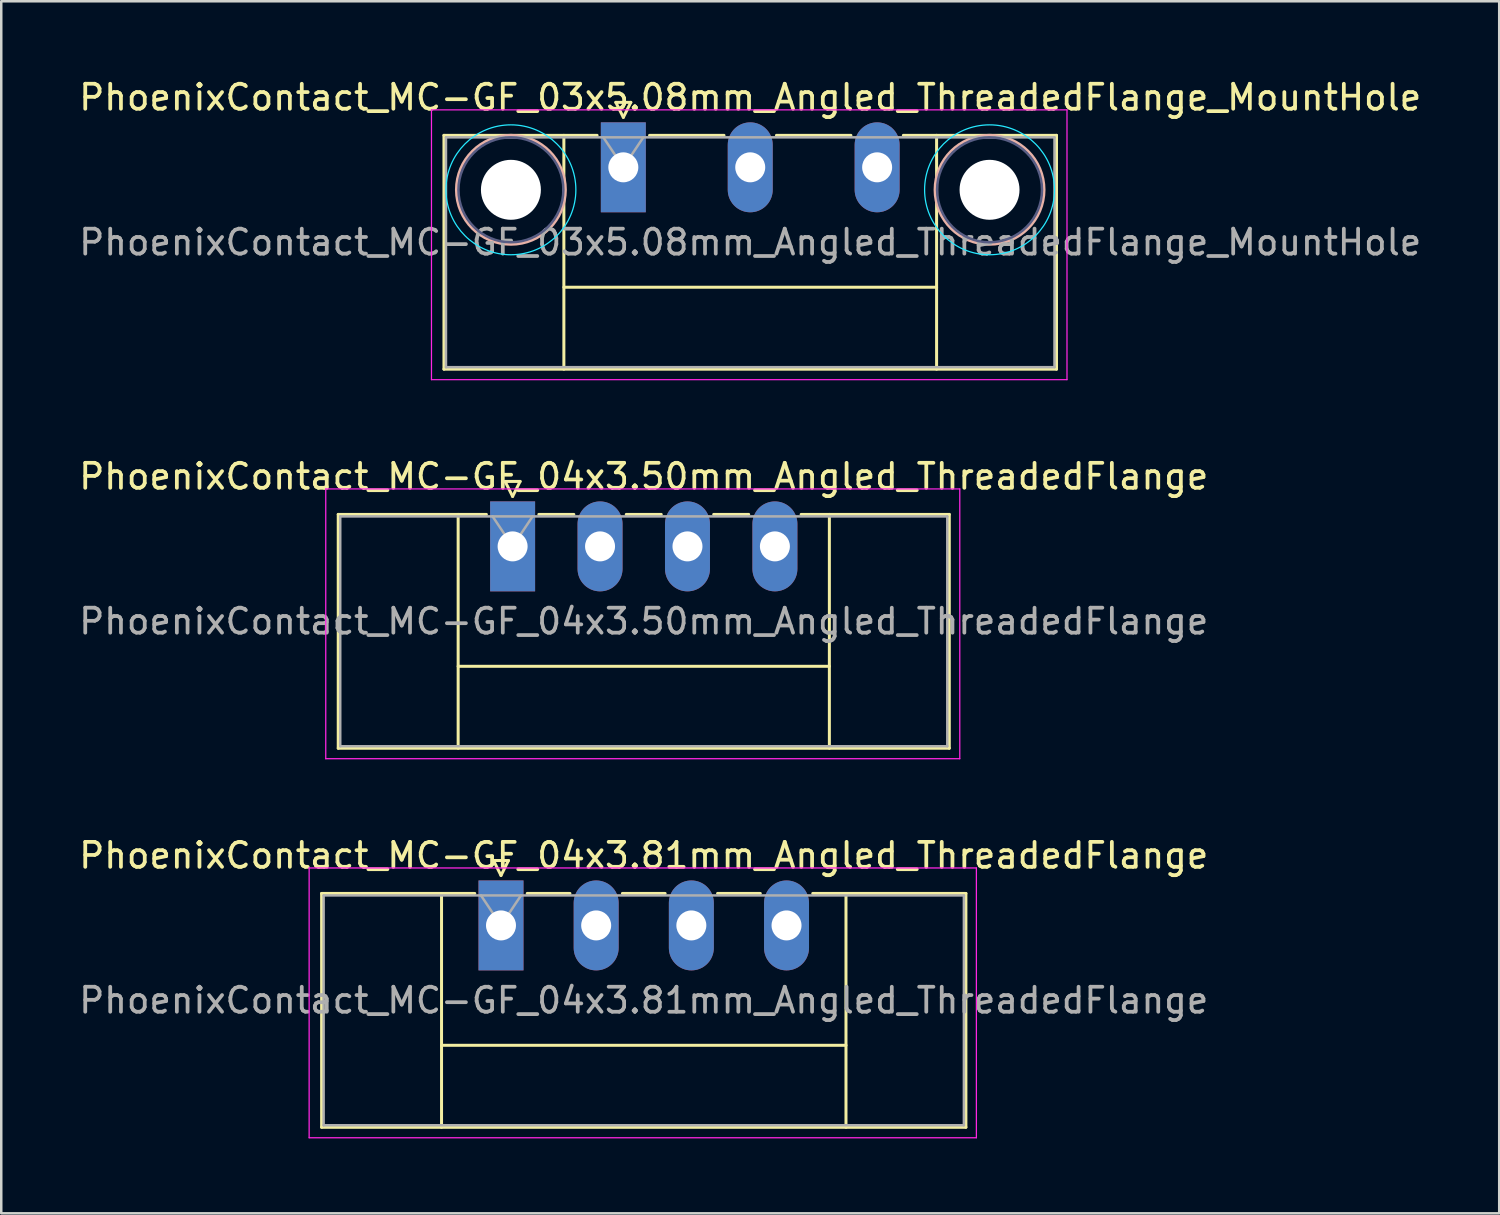
<source format=kicad_pcb>
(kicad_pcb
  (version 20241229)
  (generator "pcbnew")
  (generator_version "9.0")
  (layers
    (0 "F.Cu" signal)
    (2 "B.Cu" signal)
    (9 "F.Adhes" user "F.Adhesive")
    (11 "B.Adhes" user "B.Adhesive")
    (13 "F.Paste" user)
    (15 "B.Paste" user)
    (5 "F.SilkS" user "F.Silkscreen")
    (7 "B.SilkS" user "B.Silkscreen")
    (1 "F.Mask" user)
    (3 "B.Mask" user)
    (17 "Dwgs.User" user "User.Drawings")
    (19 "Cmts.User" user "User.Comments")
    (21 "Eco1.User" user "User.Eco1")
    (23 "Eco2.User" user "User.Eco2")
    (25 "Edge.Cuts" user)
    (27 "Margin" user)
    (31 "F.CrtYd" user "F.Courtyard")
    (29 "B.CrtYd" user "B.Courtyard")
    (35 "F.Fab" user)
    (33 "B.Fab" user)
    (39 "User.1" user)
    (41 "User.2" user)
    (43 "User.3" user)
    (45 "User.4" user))
  (footprint "PhoenixContact_MC-GF_04x3.50mm_Angled_ThreadedFlange"
    (layer "F.Cu")
    (at 17.47 18.822)
    (property "Reference" "PhoenixContact_MC-GF_04x3.50mm_Angled_ThreadedFlange" (at 5.25 -2.8 0) (layer "F.SilkS") (effects (font (size 1 1) (thickness 0.15))))
    (attr through_hole)
    (fp_line (start -6.98 -1.28) (end -6.98 8.08) (stroke (width 0.12) (type solid)) (layer "F.SilkS"))
    (fp_line (start -6.98 -1.28) (end -1.05 -1.28) (stroke (width 0.12) (type solid)) (layer "F.SilkS"))
    (fp_line (start -6.98 8.08) (end 17.48 8.08) (stroke (width 0.12) (type solid)) (layer "F.SilkS"))
    (fp_line (start -2.18 -1.28) (end -2.18 8.08) (stroke (width 0.12) (type solid)) (layer "F.SilkS"))
    (fp_line (start -2.18 4.8) (end 12.68 4.8) (stroke (width 0.12) (type solid)) (layer "F.SilkS"))
    (fp_line (start -0.3 -2.6) (end 0.3 -2.6) (stroke (width 0.12) (type solid)) (layer "F.SilkS"))
    (fp_line (start 0 -2) (end -0.3 -2.6) (stroke (width 0.12) (type solid)) (layer "F.SilkS"))
    (fp_line (start 0.3 -2.6) (end 0 -2) (stroke (width 0.12) (type solid)) (layer "F.SilkS"))
    (fp_line (start 1.05 -1.28) (end 2.45 -1.28) (stroke (width 0.12) (type solid)) (layer "F.SilkS"))
    (fp_line (start 4.55 -1.28) (end 5.95 -1.28) (stroke (width 0.12) (type solid)) (layer "F.SilkS"))
    (fp_line (start 8.05 -1.28) (end 9.45 -1.28) (stroke (width 0.12) (type solid)) (layer "F.SilkS"))
    (fp_line (start 12.68 -1.28) (end 12.68 8.08) (stroke (width 0.12) (type solid)) (layer "F.SilkS"))
    (fp_line (start 17.48 -1.28) (end 11.55 -1.28) (stroke (width 0.12) (type solid)) (layer "F.SilkS"))
    (fp_line (start 17.48 8.08) (end 17.48 -1.28) (stroke (width 0.12) (type solid)) (layer "F.SilkS"))
    (fp_line (start -7.48 -2.3) (end -7.48 8.5) (stroke (width 0.05) (type solid)) (layer "F.CrtYd"))
    (fp_line (start -7.48 8.5) (end 17.9 8.5) (stroke (width 0.05) (type solid)) (layer "F.CrtYd"))
    (fp_line (start 17.9 -2.3) (end -7.48 -2.3) (stroke (width 0.05) (type solid)) (layer "F.CrtYd"))
    (fp_line (start 17.9 8.5) (end 17.9 -2.3) (stroke (width 0.05) (type solid)) (layer "F.CrtYd"))
    (fp_line (start -6.9 -1.2) (end -6.9 8) (stroke (width 0.1) (type solid)) (layer "F.Fab"))
    (fp_line (start -6.9 8) (end 17.4 8) (stroke (width 0.1) (type solid)) (layer "F.Fab"))
    (fp_line (start 0 0) (end -0.8 -1.2) (stroke (width 0.1) (type solid)) (layer "F.Fab"))
    (fp_line (start 0.8 -1.2) (end 0 0) (stroke (width 0.1) (type solid)) (layer "F.Fab"))
    (fp_line (start 17.4 -1.2) (end -6.9 -1.2) (stroke (width 0.1) (type solid)) (layer "F.Fab"))
    (fp_line (start 17.4 8) (end 17.4 -1.2) (stroke (width 0.1) (type solid)) (layer "F.Fab"))
    (fp_text user "${REFERENCE}" (at 5.25 3 0) (layer "F.Fab") (effects (font (size 1 1) (thickness 0.15))))
    (pad "1" thru_hole rect (at 0 0) (size 1.8 3.6) (drill 1.2) (layers "*.Cu" "*.Mask"))
    (pad "2" thru_hole oval (at 3.5 0) (size 1.8 3.6) (drill 1.2) (layers "*.Cu" "*.Mask"))
    (pad "3" thru_hole oval (at 7 0) (size 1.8 3.6) (drill 1.2) (layers "*.Cu" "*.Mask"))
    (pad "4" thru_hole oval (at 10.5 0) (size 1.8 3.6) (drill 1.2) (layers "*.Cu" "*.Mask")))
  (footprint "PhoenixContact_MC-GF_03x5.08mm_Angled_ThreadedFlange_MountHole"
    (layer "F.Cu")
    (at 21.902 3.648)
    (property "Reference" "PhoenixContact_MC-GF_03x5.08mm_Angled_ThreadedFlange_MountHole" (at 5.08 -2.8 0) (layer "F.SilkS") (effects (font (size 1 1) (thickness 0.15))))
    (attr through_hole)
    (fp_line (start -7.18 -1.28) (end -7.18 8.08) (stroke (width 0.12) (type solid)) (layer "F.SilkS"))
    (fp_line (start -7.18 -1.28) (end -1.05 -1.28) (stroke (width 0.12) (type solid)) (layer "F.SilkS"))
    (fp_line (start -7.18 8.08) (end 17.34 8.08) (stroke (width 0.12) (type solid)) (layer "F.SilkS"))
    (fp_line (start -2.38 -1.28) (end -2.38 8.08) (stroke (width 0.12) (type solid)) (layer "F.SilkS"))
    (fp_line (start -2.38 4.8) (end 12.54 4.8) (stroke (width 0.12) (type solid)) (layer "F.SilkS"))
    (fp_line (start -0.3 -2.6) (end 0.3 -2.6) (stroke (width 0.12) (type solid)) (layer "F.SilkS"))
    (fp_line (start 0 -2) (end -0.3 -2.6) (stroke (width 0.12) (type solid)) (layer "F.SilkS"))
    (fp_line (start 0.3 -2.6) (end 0 -2) (stroke (width 0.12) (type solid)) (layer "F.SilkS"))
    (fp_line (start 1.05 -1.28) (end 4.03 -1.28) (stroke (width 0.12) (type solid)) (layer "F.SilkS"))
    (fp_line (start 6.13 -1.28) (end 9.11 -1.28) (stroke (width 0.12) (type solid)) (layer "F.SilkS"))
    (fp_line (start 12.54 -1.28) (end 12.54 8.08) (stroke (width 0.12) (type solid)) (layer "F.SilkS"))
    (fp_line (start 17.34 -1.28) (end 11.21 -1.28) (stroke (width 0.12) (type solid)) (layer "F.SilkS"))
    (fp_line (start 17.34 8.08) (end 17.34 -1.28) (stroke (width 0.12) (type solid)) (layer "F.SilkS"))
    (fp_circle (center -4.5 0.9) (end -2.32 0.9) (stroke (width 0.12) (type solid)) (fill no) (layer "B.SilkS"))
    (fp_circle (center 14.66 0.9) (end 16.84 0.9) (stroke (width 0.12) (type solid)) (fill no) (layer "B.SilkS"))
    (fp_circle (center -4.5 0.9) (end -1.9 0.9) (stroke (width 0.05) (type solid)) (fill no) (layer "B.CrtYd"))
    (fp_circle (center 14.66 0.9) (end 17.26 0.9) (stroke (width 0.05) (type solid)) (fill no) (layer "B.CrtYd"))
    (fp_line (start -7.68 -2.3) (end -7.68 8.5) (stroke (width 0.05) (type solid)) (layer "F.CrtYd"))
    (fp_line (start -7.68 8.5) (end 17.76 8.5) (stroke (width 0.05) (type solid)) (layer "F.CrtYd"))
    (fp_line (start 17.76 -2.3) (end -7.68 -2.3) (stroke (width 0.05) (type solid)) (layer "F.CrtYd"))
    (fp_line (start 17.76 8.5) (end 17.76 -2.3) (stroke (width 0.05) (type solid)) (layer "F.CrtYd"))
    (fp_circle (center -4.5 0.9) (end -2.4 0.9) (stroke (width 0.1) (type solid)) (fill no) (layer "B.Fab"))
    (fp_circle (center 14.66 0.9) (end 16.76 0.9) (stroke (width 0.1) (type solid)) (fill no) (layer "B.Fab"))
    (fp_line (start -7.1 -1.2) (end -7.1 8) (stroke (width 0.1) (type solid)) (layer "F.Fab"))
    (fp_line (start -7.1 8) (end 17.26 8) (stroke (width 0.1) (type solid)) (layer "F.Fab"))
    (fp_line (start 0 0) (end -0.8 -1.2) (stroke (width 0.1) (type solid)) (layer "F.Fab"))
    (fp_line (start 0.8 -1.2) (end 0 0) (stroke (width 0.1) (type solid)) (layer "F.Fab"))
    (fp_line (start 17.26 -1.2) (end -7.1 -1.2) (stroke (width 0.1) (type solid)) (layer "F.Fab"))
    (fp_line (start 17.26 8) (end 17.26 -1.2) (stroke (width 0.1) (type solid)) (layer "F.Fab"))
    (fp_text user "${REFERENCE}" (at 5.08 3 0) (layer "F.Fab") (effects (font (size 1 1) (thickness 0.15))))
    (pad "" np_thru_hole circle (at -4.5 0.9) (size 2.4 2.4) (drill 2.4) (layers "*.Cu" "*.Mask"))
    (pad "" np_thru_hole circle (at 14.66 0.9) (size 2.4 2.4) (drill 2.4) (layers "*.Cu" "*.Mask"))
    (pad "1" thru_hole rect (at 0 0) (size 1.8 3.6) (drill 1.2) (layers "*.Cu" "*.Mask"))
    (pad "2" thru_hole oval (at 5.08 0) (size 1.8 3.6) (drill 1.2) (layers "*.Cu" "*.Mask"))
    (pad "3" thru_hole oval (at 10.16 0) (size 1.8 3.6) (drill 1.2) (layers "*.Cu" "*.Mask")))
  (footprint "PhoenixContact_MC-GF_04x3.81mm_Angled_ThreadedFlange"
    (layer "F.Cu")
    (at 17.005 33.995)
    (property "Reference" "PhoenixContact_MC-GF_04x3.81mm_Angled_ThreadedFlange" (at 5.715 -2.8 0) (layer "F.SilkS") (effects (font (size 1 1) (thickness 0.15))))
    (attr through_hole)
    (fp_line (start -7.18 -1.28) (end -7.18 8.08) (stroke (width 0.12) (type solid)) (layer "F.SilkS"))
    (fp_line (start -7.18 -1.28) (end -1.05 -1.28) (stroke (width 0.12) (type solid)) (layer "F.SilkS"))
    (fp_line (start -7.18 8.08) (end 18.61 8.08) (stroke (width 0.12) (type solid)) (layer "F.SilkS"))
    (fp_line (start -2.38 -1.28) (end -2.38 8.08) (stroke (width 0.12) (type solid)) (layer "F.SilkS"))
    (fp_line (start -2.38 4.8) (end 13.81 4.8) (stroke (width 0.12) (type solid)) (layer "F.SilkS"))
    (fp_line (start -0.3 -2.6) (end 0.3 -2.6) (stroke (width 0.12) (type solid)) (layer "F.SilkS"))
    (fp_line (start 0 -2) (end -0.3 -2.6) (stroke (width 0.12) (type solid)) (layer "F.SilkS"))
    (fp_line (start 0.3 -2.6) (end 0 -2) (stroke (width 0.12) (type solid)) (layer "F.SilkS"))
    (fp_line (start 1.05 -1.28) (end 2.76 -1.28) (stroke (width 0.12) (type solid)) (layer "F.SilkS"))
    (fp_line (start 4.86 -1.28) (end 6.57 -1.28) (stroke (width 0.12) (type solid)) (layer "F.SilkS"))
    (fp_line (start 8.67 -1.28) (end 10.38 -1.28) (stroke (width 0.12) (type solid)) (layer "F.SilkS"))
    (fp_line (start 13.81 -1.28) (end 13.81 8.08) (stroke (width 0.12) (type solid)) (layer "F.SilkS"))
    (fp_line (start 18.61 -1.28) (end 12.48 -1.28) (stroke (width 0.12) (type solid)) (layer "F.SilkS"))
    (fp_line (start 18.61 8.08) (end 18.61 -1.28) (stroke (width 0.12) (type solid)) (layer "F.SilkS"))
    (fp_line (start -7.68 -2.3) (end -7.68 8.5) (stroke (width 0.05) (type solid)) (layer "F.CrtYd"))
    (fp_line (start -7.68 8.5) (end 19.03 8.5) (stroke (width 0.05) (type solid)) (layer "F.CrtYd"))
    (fp_line (start 19.03 -2.3) (end -7.68 -2.3) (stroke (width 0.05) (type solid)) (layer "F.CrtYd"))
    (fp_line (start 19.03 8.5) (end 19.03 -2.3) (stroke (width 0.05) (type solid)) (layer "F.CrtYd"))
    (fp_line (start -7.1 -1.2) (end -7.1 8) (stroke (width 0.1) (type solid)) (layer "F.Fab"))
    (fp_line (start -7.1 8) (end 18.53 8) (stroke (width 0.1) (type solid)) (layer "F.Fab"))
    (fp_line (start 0 0) (end -0.8 -1.2) (stroke (width 0.1) (type solid)) (layer "F.Fab"))
    (fp_line (start 0.8 -1.2) (end 0 0) (stroke (width 0.1) (type solid)) (layer "F.Fab"))
    (fp_line (start 18.53 -1.2) (end -7.1 -1.2) (stroke (width 0.1) (type solid)) (layer "F.Fab"))
    (fp_line (start 18.53 8) (end 18.53 -1.2) (stroke (width 0.1) (type solid)) (layer "F.Fab"))
    (fp_text user "${REFERENCE}" (at 5.715 3 0) (layer "F.Fab") (effects (font (size 1 1) (thickness 0.15))))
    (pad "1" thru_hole rect (at 0 0) (size 1.8 3.6) (drill 1.2) (layers "*.Cu" "*.Mask"))
    (pad "2" thru_hole oval (at 3.81 0) (size 1.8 3.6) (drill 1.2) (layers "*.Cu" "*.Mask"))
    (pad "3" thru_hole oval (at 7.62 0) (size 1.8 3.6) (drill 1.2) (layers "*.Cu" "*.Mask"))
    (pad "4" thru_hole oval (at 11.43 0) (size 1.8 3.6) (drill 1.2) (layers "*.Cu" "*.Mask")))
  (gr_rect
    (start -3 -3)
    (end 56.964 45.52)
    (stroke (width 0.1) (type default))
    (fill no)
    (layer "Edge.Cuts")))
</source>
